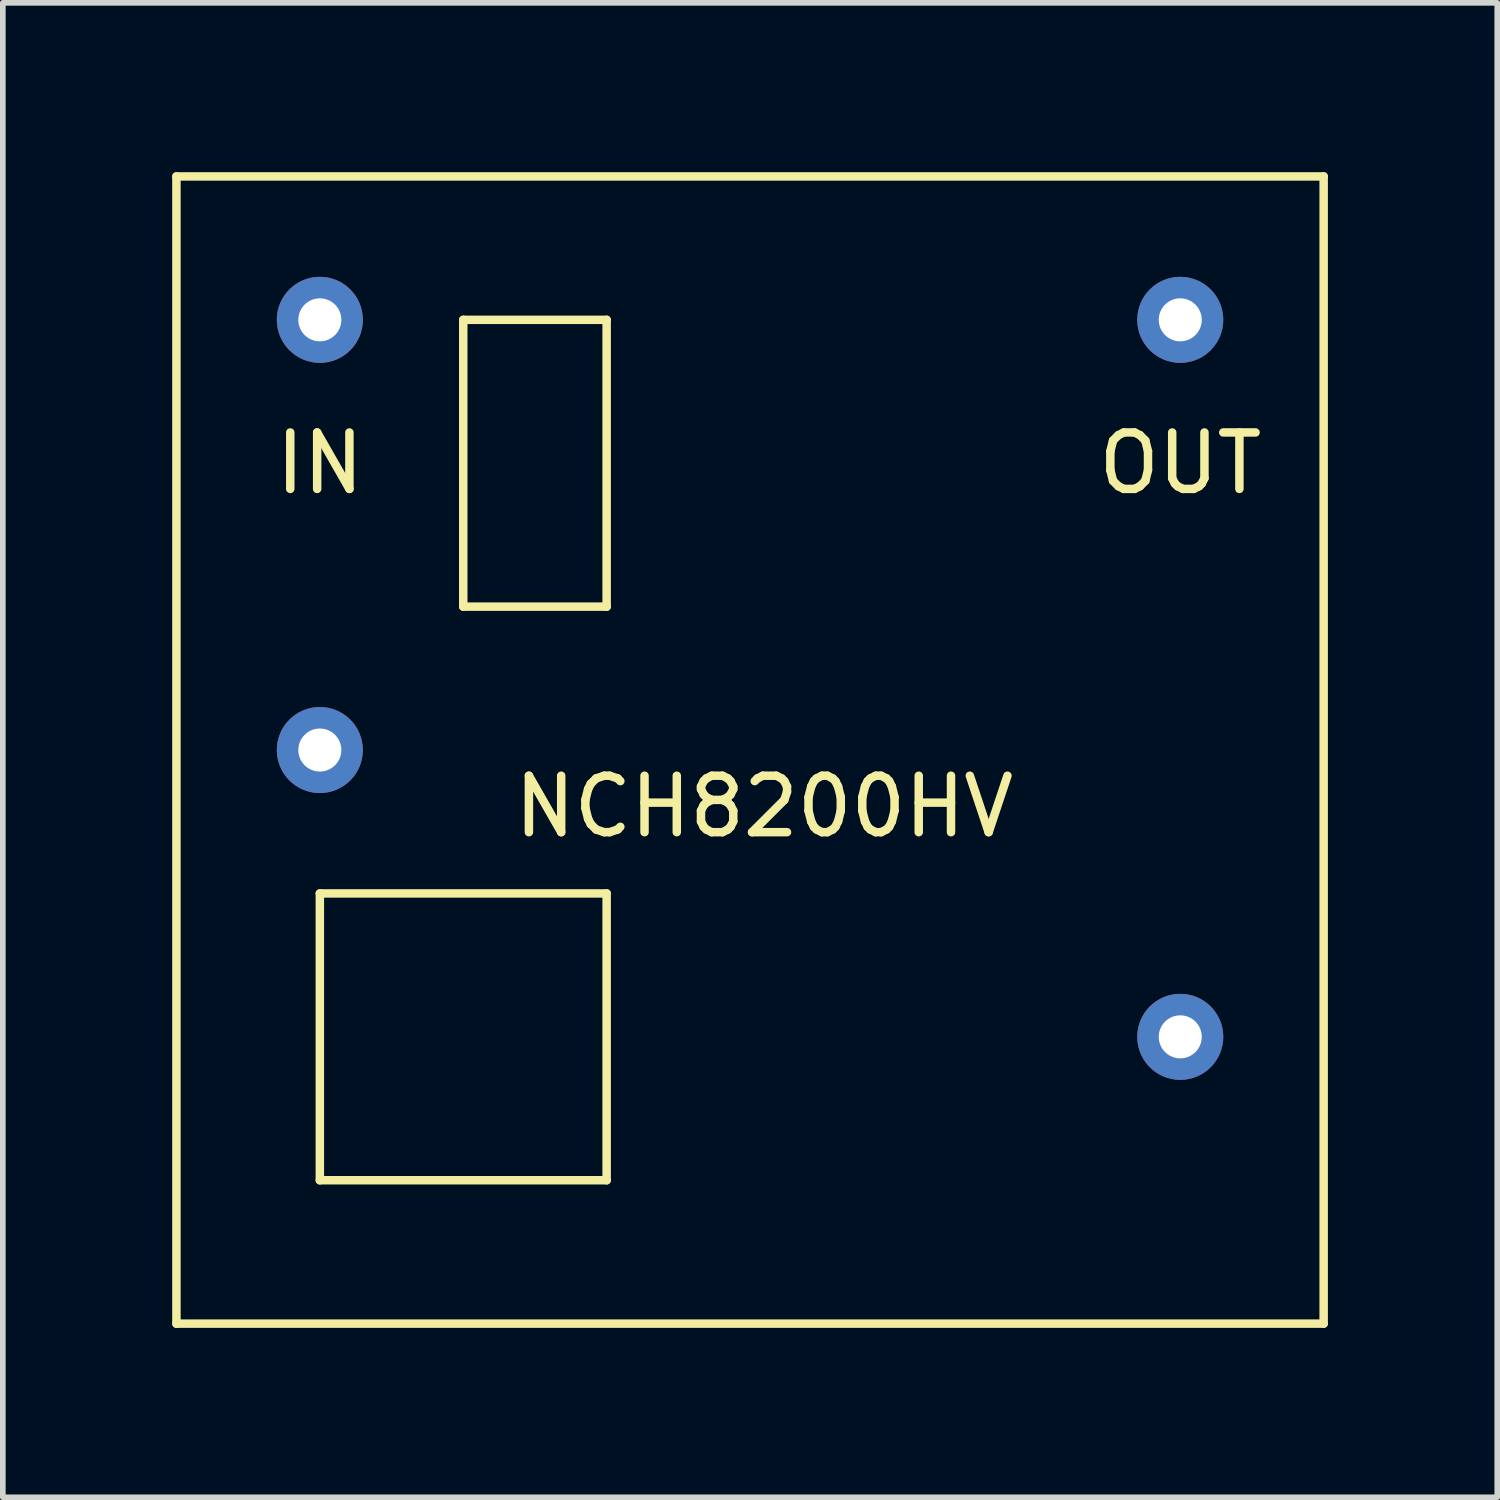
<source format=kicad_pcb>
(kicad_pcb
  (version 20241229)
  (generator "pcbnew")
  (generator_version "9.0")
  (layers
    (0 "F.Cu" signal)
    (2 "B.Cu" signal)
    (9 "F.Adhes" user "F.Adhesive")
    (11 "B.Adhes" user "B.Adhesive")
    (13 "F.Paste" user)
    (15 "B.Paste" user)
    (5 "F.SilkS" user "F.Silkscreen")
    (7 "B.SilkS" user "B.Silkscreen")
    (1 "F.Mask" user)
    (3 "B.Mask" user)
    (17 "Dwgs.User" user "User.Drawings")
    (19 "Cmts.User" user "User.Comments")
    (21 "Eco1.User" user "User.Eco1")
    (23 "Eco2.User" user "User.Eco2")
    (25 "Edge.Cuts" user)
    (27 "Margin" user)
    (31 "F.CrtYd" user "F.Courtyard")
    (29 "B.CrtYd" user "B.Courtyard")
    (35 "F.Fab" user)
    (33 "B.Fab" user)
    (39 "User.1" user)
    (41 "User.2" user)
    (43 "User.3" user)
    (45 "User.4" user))
  (footprint "NCH8200HV"
    (layer "F.Cu")
    (at 10.235 10.235)
    (property "Reference" "NCH8200HV" (at 0.25 1 0) (layer "F.SilkS") (effects (font (size 1 1) (thickness 0.15))))
    (attr through_hole)
    (fp_line (start -10.16 -10.16) (end 10.16 -10.16) (stroke (width 0.15) (type solid)) (layer "F.SilkS"))
    (fp_line (start -10.16 10.16) (end -10.16 -10.16) (stroke (width 0.15) (type solid)) (layer "F.SilkS"))
    (fp_line (start -7.62 2.54) (end -7.62 7.62) (stroke (width 0.15) (type solid)) (layer "F.SilkS"))
    (fp_line (start -7.62 7.62) (end -2.54 7.62) (stroke (width 0.15) (type solid)) (layer "F.SilkS"))
    (fp_line (start -5.08 -7.62) (end -5.08 -2.54) (stroke (width 0.15) (type solid)) (layer "F.SilkS"))
    (fp_line (start -5.08 -2.54) (end -2.54 -2.54) (stroke (width 0.15) (type solid)) (layer "F.SilkS"))
    (fp_line (start -2.54 -7.62) (end -5.08 -7.62) (stroke (width 0.15) (type solid)) (layer "F.SilkS"))
    (fp_line (start -2.54 -2.54) (end -2.54 -7.62) (stroke (width 0.15) (type solid)) (layer "F.SilkS"))
    (fp_line (start -2.54 2.54) (end -7.62 2.54) (stroke (width 0.15) (type solid)) (layer "F.SilkS"))
    (fp_line (start -2.54 7.62) (end -2.54 2.54) (stroke (width 0.15) (type solid)) (layer "F.SilkS"))
    (fp_line (start 10.16 -10.16) (end 10.16 10.16) (stroke (width 0.15) (type solid)) (layer "F.SilkS"))
    (fp_line (start 10.16 10.16) (end -10.16 10.16) (stroke (width 0.15) (type solid)) (layer "F.SilkS"))
    (fp_text user "IN" (at -7.62 -5.08 0) (layer "F.SilkS") (effects (font (size 1 1) (thickness 0.15))))
    (fp_text user "OUT" (at 7.62 -5.08 0) (layer "F.SilkS") (effects (font (size 1 1) (thickness 0.15))))
    (pad "1" thru_hole circle (at -7.62 -7.62) (size 1.524 1.524) (drill 0.762) (layers "*.Cu" "*.Mask"))
    (pad "2" thru_hole circle (at -7.62 0) (size 1.524 1.524) (drill 0.762) (layers "*.Cu" "*.Mask"))
    (pad "3" thru_hole circle (at 7.62 5.08) (size 1.524 1.524) (drill 0.762) (layers "*.Cu" "*.Mask"))
    (pad "4" thru_hole circle (at 7.62 -7.62) (size 1.524 1.524) (drill 0.762) (layers "*.Cu" "*.Mask")))
  (gr_rect
    (start -3 -3)
    (end 23.47 23.47)
    (stroke (width 0.1) (type default))
    (fill no)
    (layer "Edge.Cuts")))
</source>
